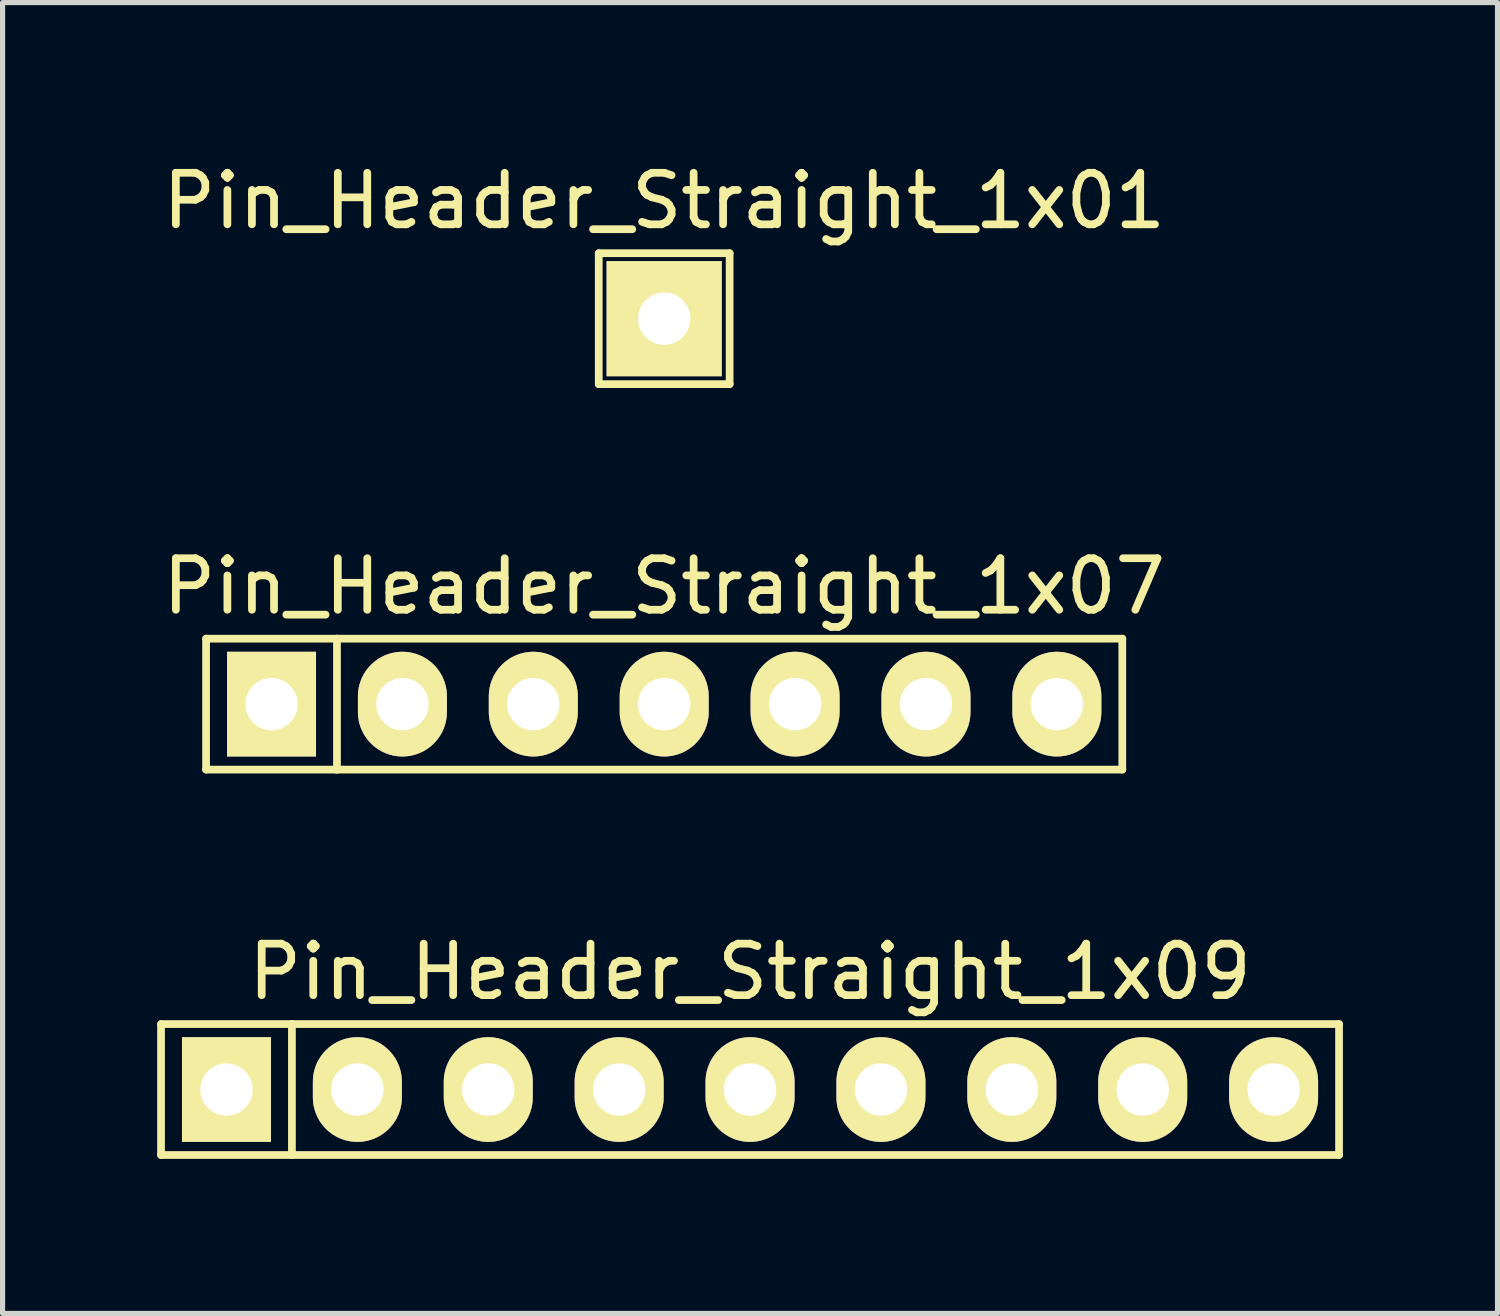
<source format=kicad_pcb>
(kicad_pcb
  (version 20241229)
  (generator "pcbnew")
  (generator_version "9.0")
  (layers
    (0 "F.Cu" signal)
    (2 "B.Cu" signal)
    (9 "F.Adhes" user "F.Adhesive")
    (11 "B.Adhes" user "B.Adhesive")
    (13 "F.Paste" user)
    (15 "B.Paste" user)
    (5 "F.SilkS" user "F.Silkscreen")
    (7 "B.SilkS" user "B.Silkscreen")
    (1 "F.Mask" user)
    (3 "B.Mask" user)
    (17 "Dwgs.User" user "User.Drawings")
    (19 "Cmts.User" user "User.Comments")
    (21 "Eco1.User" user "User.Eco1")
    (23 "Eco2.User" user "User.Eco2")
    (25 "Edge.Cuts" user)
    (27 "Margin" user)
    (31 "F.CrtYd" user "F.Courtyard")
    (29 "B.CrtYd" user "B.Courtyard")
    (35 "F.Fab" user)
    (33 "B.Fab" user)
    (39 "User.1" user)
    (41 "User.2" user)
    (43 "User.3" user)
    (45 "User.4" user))
  (footprint "Pin_Header_Straight_1x07"
    (layer "F.Cu")
    (at 9.839 10.614)
    (property "Reference" "Pin_Header_Straight_1x07" (at 0 -2.286 0) (layer "F.SilkS") (effects (font (size 1 1) (thickness 0.15))))
    (attr through_hole)
    (fp_line (start -8.89 -1.27) (end -8.89 1.27) (stroke (width 0.15) (type solid)) (layer "F.SilkS"))
    (fp_line (start -8.89 -1.27) (end -6.35 -1.27) (stroke (width 0.15) (type solid)) (layer "F.SilkS"))
    (fp_line (start -8.89 1.27) (end -6.35 1.27) (stroke (width 0.15) (type solid)) (layer "F.SilkS"))
    (fp_line (start -6.35 -1.27) (end -6.35 1.27) (stroke (width 0.15) (type solid)) (layer "F.SilkS"))
    (fp_line (start -6.35 -1.27) (end 8.89 -1.27) (stroke (width 0.15) (type solid)) (layer "F.SilkS"))
    (fp_line (start 8.89 -1.27) (end 8.89 1.27) (stroke (width 0.15) (type solid)) (layer "F.SilkS"))
    (fp_line (start 8.89 1.27) (end -6.35 1.27) (stroke (width 0.15) (type solid)) (layer "F.SilkS"))
    (pad "1" thru_hole rect (at -7.62 0) (size 1.727 2.032) (drill 1.016) (layers "*.Cu" "*.Mask" "F.SilkS"))
    (pad "2" thru_hole oval (at -5.08 0) (size 1.727 2.032) (drill 1.016) (layers "*.Cu" "*.Mask" "F.SilkS"))
    (pad "3" thru_hole oval (at -2.54 0) (size 1.727 2.032) (drill 1.016) (layers "*.Cu" "*.Mask" "F.SilkS"))
    (pad "4" thru_hole oval (at 0 0) (size 1.727 2.032) (drill 1.016) (layers "*.Cu" "*.Mask" "F.SilkS"))
    (pad "5" thru_hole oval (at 2.54 0) (size 1.727 2.032) (drill 1.016) (layers "*.Cu" "*.Mask" "F.SilkS"))
    (pad "6" thru_hole oval (at 5.08 0) (size 1.727 2.032) (drill 1.016) (layers "*.Cu" "*.Mask" "F.SilkS"))
    (pad "7" thru_hole oval (at 7.62 0) (size 1.727 2.032) (drill 1.016) (layers "*.Cu" "*.Mask" "F.SilkS")))
  (footprint "Pin_Header_Straight_1x01"
    (layer "F.Cu")
    (at 9.839 3.134)
    (property "Reference" "Pin_Header_Straight_1x01" (at 0 -2.286 0) (layer "F.SilkS") (effects (font (size 1 1) (thickness 0.15))))
    (attr through_hole)
    (fp_line (start -1.27 -1.27) (end -1.27 1.27) (stroke (width 0.15) (type solid)) (layer "F.SilkS"))
    (fp_line (start -1.27 1.27) (end 1.27 1.27) (stroke (width 0.15) (type solid)) (layer "F.SilkS"))
    (fp_line (start 1.27 -1.27) (end -1.27 -1.27) (stroke (width 0.15) (type solid)) (layer "F.SilkS"))
    (fp_line (start 1.27 1.27) (end 1.27 -1.27) (stroke (width 0.15) (type solid)) (layer "F.SilkS"))
    (pad "1" thru_hole rect (at 0 0) (size 2.235 2.235) (drill 1.016) (layers "*.Cu" "*.Mask" "F.SilkS")))
  (footprint "Pin_Header_Straight_1x09"
    (layer "F.Cu")
    (at 11.505 18.093)
    (property "Reference" "Pin_Header_Straight_1x09" (at 0 -2.286 0) (layer "F.SilkS") (effects (font (size 1 1) (thickness 0.15))))
    (attr through_hole)
    (fp_line (start -11.43 -1.27) (end -11.43 1.27) (stroke (width 0.15) (type solid)) (layer "F.SilkS"))
    (fp_line (start -11.43 -1.27) (end -8.89 -1.27) (stroke (width 0.15) (type solid)) (layer "F.SilkS"))
    (fp_line (start -11.43 1.27) (end -8.89 1.27) (stroke (width 0.15) (type solid)) (layer "F.SilkS"))
    (fp_line (start -8.89 -1.27) (end -8.89 1.27) (stroke (width 0.15) (type solid)) (layer "F.SilkS"))
    (fp_line (start -8.89 -1.27) (end 11.43 -1.27) (stroke (width 0.15) (type solid)) (layer "F.SilkS"))
    (fp_line (start 11.43 -1.27) (end 11.43 1.27) (stroke (width 0.15) (type solid)) (layer "F.SilkS"))
    (fp_line (start 11.43 1.27) (end -8.89 1.27) (stroke (width 0.15) (type solid)) (layer "F.SilkS"))
    (pad "1" thru_hole rect (at -10.16 0) (size 1.727 2.032) (drill 1.016) (layers "*.Cu" "*.Mask" "F.SilkS"))
    (pad "2" thru_hole oval (at -7.62 0) (size 1.727 2.032) (drill 1.016) (layers "*.Cu" "*.Mask" "F.SilkS"))
    (pad "3" thru_hole oval (at -5.08 0) (size 1.727 2.032) (drill 1.016) (layers "*.Cu" "*.Mask" "F.SilkS"))
    (pad "4" thru_hole oval (at -2.54 0) (size 1.727 2.032) (drill 1.016) (layers "*.Cu" "*.Mask" "F.SilkS"))
    (pad "5" thru_hole oval (at 0 0) (size 1.727 2.032) (drill 1.016) (layers "*.Cu" "*.Mask" "F.SilkS"))
    (pad "6" thru_hole oval (at 2.54 0) (size 1.727 2.032) (drill 1.016) (layers "*.Cu" "*.Mask" "F.SilkS"))
    (pad "7" thru_hole oval (at 5.08 0) (size 1.727 2.032) (drill 1.016) (layers "*.Cu" "*.Mask" "F.SilkS"))
    (pad "8" thru_hole oval (at 7.62 0) (size 1.727 2.032) (drill 1.016) (layers "*.Cu" "*.Mask" "F.SilkS"))
    (pad "9" thru_hole oval (at 10.16 0) (size 1.727 2.032) (drill 1.016) (layers "*.Cu" "*.Mask" "F.SilkS")))
  (gr_rect
    (start -3 -3)
    (end 26.01 22.438)
    (stroke (width 0.1) (type default))
    (fill no)
    (layer "Edge.Cuts")))
</source>
